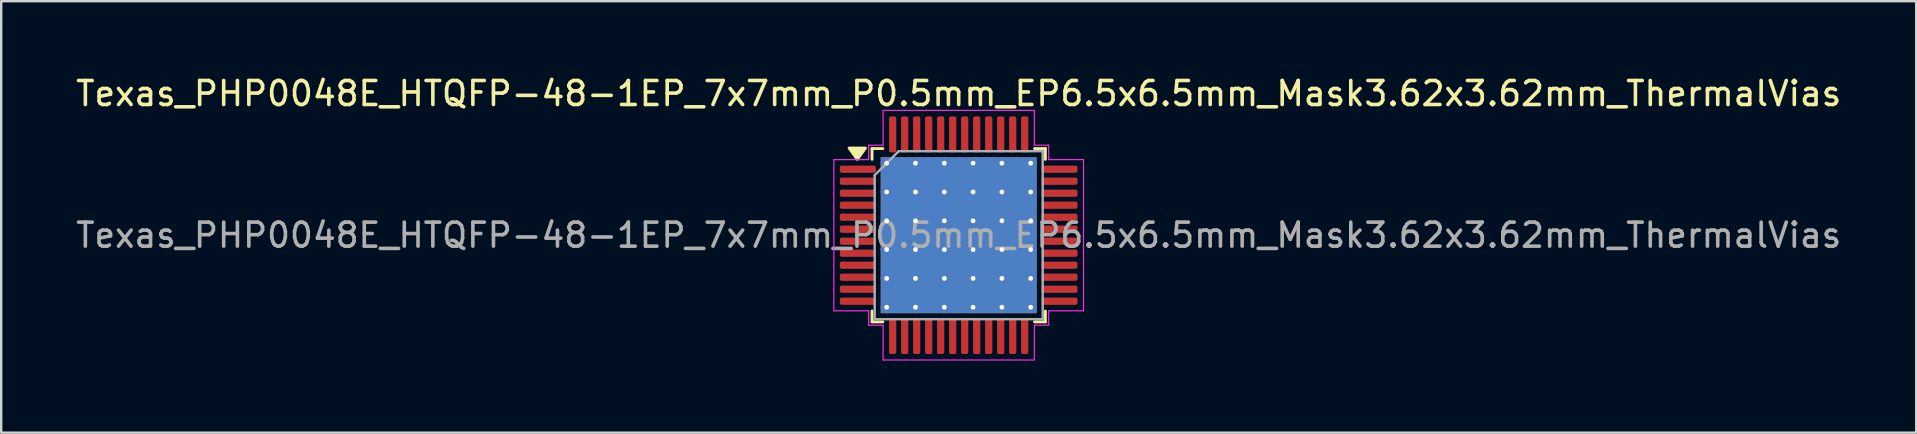
<source format=kicad_pcb>
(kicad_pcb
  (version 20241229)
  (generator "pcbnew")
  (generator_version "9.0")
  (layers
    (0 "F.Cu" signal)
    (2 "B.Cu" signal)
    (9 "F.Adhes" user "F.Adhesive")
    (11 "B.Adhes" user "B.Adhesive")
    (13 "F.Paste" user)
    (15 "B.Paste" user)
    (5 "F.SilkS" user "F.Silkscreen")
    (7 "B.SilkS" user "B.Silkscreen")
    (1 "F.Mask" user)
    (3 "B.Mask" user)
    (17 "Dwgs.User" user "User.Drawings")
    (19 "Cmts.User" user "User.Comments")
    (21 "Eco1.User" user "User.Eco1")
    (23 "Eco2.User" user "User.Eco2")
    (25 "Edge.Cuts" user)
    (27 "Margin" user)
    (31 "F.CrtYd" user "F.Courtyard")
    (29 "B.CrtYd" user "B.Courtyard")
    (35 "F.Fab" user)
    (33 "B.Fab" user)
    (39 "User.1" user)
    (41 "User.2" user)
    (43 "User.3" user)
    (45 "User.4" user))
  (footprint "Texas_PHP0048E_HTQFP-48-1EP_7x7mm_P0.5mm_EP6.5x6.5mm_Mask3.62x3.62mm_ThermalVias"
    (layer "F.Cu")
    (at 36.887 6.748)
    (property "Reference" "Texas_PHP0048E_HTQFP-48-1EP_7x7mm_P0.5mm_EP6.5x6.5mm_Mask3.62x3.62mm_ThermalVias" (at 0 -5.9 0) (layer "F.SilkS") (effects (font (size 1 1) (thickness 0.15))))
    (attr smd)
    (fp_line (start -3.61 -3.61) (end -3.61 -3.16) (stroke (width 0.12) (type solid)) (layer "F.SilkS"))
    (fp_line (start -3.61 3.61) (end -3.61 3.16) (stroke (width 0.12) (type solid)) (layer "F.SilkS"))
    (fp_line (start -3.16 -3.61) (end -3.61 -3.61) (stroke (width 0.12) (type solid)) (layer "F.SilkS"))
    (fp_line (start -3.16 3.61) (end -3.61 3.61) (stroke (width 0.12) (type solid)) (layer "F.SilkS"))
    (fp_line (start 3.16 -3.61) (end 3.61 -3.61) (stroke (width 0.12) (type solid)) (layer "F.SilkS"))
    (fp_line (start 3.16 3.61) (end 3.61 3.61) (stroke (width 0.12) (type solid)) (layer "F.SilkS"))
    (fp_line (start 3.61 -3.61) (end 3.61 -3.16) (stroke (width 0.12) (type solid)) (layer "F.SilkS"))
    (fp_line (start 3.61 3.61) (end 3.61 3.16) (stroke (width 0.12) (type solid)) (layer "F.SilkS"))
    (fp_poly (pts (xy -4.225 -3.16) (xy -4.565 -3.63) (xy -3.885 -3.63)) (stroke (width 0.12) (type solid)) (fill yes) (layer "F.SilkS"))
    (fp_line (start -5.2 -3.15) (end -3.75 -3.15) (stroke (width 0.05) (type solid)) (layer "F.CrtYd"))
    (fp_line (start -5.2 3.15) (end -5.2 -3.15) (stroke (width 0.05) (type solid)) (layer "F.CrtYd"))
    (fp_line (start -3.75 -3.75) (end -3.15 -3.75) (stroke (width 0.05) (type solid)) (layer "F.CrtYd"))
    (fp_line (start -3.75 -3.15) (end -3.75 -3.75) (stroke (width 0.05) (type solid)) (layer "F.CrtYd"))
    (fp_line (start -3.75 3.15) (end -5.2 3.15) (stroke (width 0.05) (type solid)) (layer "F.CrtYd"))
    (fp_line (start -3.75 3.75) (end -3.75 3.15) (stroke (width 0.05) (type solid)) (layer "F.CrtYd"))
    (fp_line (start -3.15 -5.2) (end 3.15 -5.2) (stroke (width 0.05) (type solid)) (layer "F.CrtYd"))
    (fp_line (start -3.15 -3.75) (end -3.15 -5.2) (stroke (width 0.05) (type solid)) (layer "F.CrtYd"))
    (fp_line (start -3.15 3.75) (end -3.75 3.75) (stroke (width 0.05) (type solid)) (layer "F.CrtYd"))
    (fp_line (start -3.15 5.2) (end -3.15 3.75) (stroke (width 0.05) (type solid)) (layer "F.CrtYd"))
    (fp_line (start 3.15 -5.2) (end 3.15 -3.75) (stroke (width 0.05) (type solid)) (layer "F.CrtYd"))
    (fp_line (start 3.15 -3.75) (end 3.75 -3.75) (stroke (width 0.05) (type solid)) (layer "F.CrtYd"))
    (fp_line (start 3.15 3.75) (end 3.15 5.2) (stroke (width 0.05) (type solid)) (layer "F.CrtYd"))
    (fp_line (start 3.15 5.2) (end -3.15 5.2) (stroke (width 0.05) (type solid)) (layer "F.CrtYd"))
    (fp_line (start 3.75 -3.75) (end 3.75 -3.15) (stroke (width 0.05) (type solid)) (layer "F.CrtYd"))
    (fp_line (start 3.75 -3.15) (end 5.2 -3.15) (stroke (width 0.05) (type solid)) (layer "F.CrtYd"))
    (fp_line (start 3.75 3.15) (end 3.75 3.75) (stroke (width 0.05) (type solid)) (layer "F.CrtYd"))
    (fp_line (start 3.75 3.75) (end 3.15 3.75) (stroke (width 0.05) (type solid)) (layer "F.CrtYd"))
    (fp_line (start 5.2 -3.15) (end 5.2 3.15) (stroke (width 0.05) (type solid)) (layer "F.CrtYd"))
    (fp_line (start 5.2 3.15) (end 3.75 3.15) (stroke (width 0.05) (type solid)) (layer "F.CrtYd"))
    (fp_line (start -3.5 -2.5) (end -2.5 -3.5) (stroke (width 0.1) (type solid)) (layer "F.Fab"))
    (fp_line (start -3.5 3.5) (end -3.5 -2.5) (stroke (width 0.1) (type solid)) (layer "F.Fab"))
    (fp_line (start -2.5 -3.5) (end 3.5 -3.5) (stroke (width 0.1) (type solid)) (layer "F.Fab"))
    (fp_line (start 3.5 -3.5) (end 3.5 3.5) (stroke (width 0.1) (type solid)) (layer "F.Fab"))
    (fp_line (start 3.5 3.5) (end -3.5 3.5) (stroke (width 0.1) (type solid)) (layer "F.Fab"))
    (fp_text user "${REFERENCE}" (at 0 0 0) (layer "F.Fab") (effects (font (size 1 1) (thickness 0.15))))
    (pad "" smd rect (at 0 0) (size 3.62 3.62) (layers "F.Mask"))
    (pad "" smd roundrect (at 0 0) (size 3.62 3.62) (layers "F.Paste") (roundrect_rratio 0.069))
    (pad "1" smd roundrect (at -4.2 -2.75) (size 1.5 0.3) (layers "F.Cu" "F.Mask" "F.Paste") (roundrect_rratio 0.25))
    (pad "2" smd roundrect (at -4.2 -2.25) (size 1.5 0.3) (layers "F.Cu" "F.Mask" "F.Paste") (roundrect_rratio 0.25))
    (pad "3" smd roundrect (at -4.2 -1.75) (size 1.5 0.3) (layers "F.Cu" "F.Mask" "F.Paste") (roundrect_rratio 0.25))
    (pad "4" smd roundrect (at -4.2 -1.25) (size 1.5 0.3) (layers "F.Cu" "F.Mask" "F.Paste") (roundrect_rratio 0.25))
    (pad "5" smd roundrect (at -4.2 -0.75) (size 1.5 0.3) (layers "F.Cu" "F.Mask" "F.Paste") (roundrect_rratio 0.25))
    (pad "6" smd roundrect (at -4.2 -0.25) (size 1.5 0.3) (layers "F.Cu" "F.Mask" "F.Paste") (roundrect_rratio 0.25))
    (pad "7" smd roundrect (at -4.2 0.25) (size 1.5 0.3) (layers "F.Cu" "F.Mask" "F.Paste") (roundrect_rratio 0.25))
    (pad "8" smd roundrect (at -4.2 0.75) (size 1.5 0.3) (layers "F.Cu" "F.Mask" "F.Paste") (roundrect_rratio 0.25))
    (pad "9" smd roundrect (at -4.2 1.25) (size 1.5 0.3) (layers "F.Cu" "F.Mask" "F.Paste") (roundrect_rratio 0.25))
    (pad "10" smd roundrect (at -4.2 1.75) (size 1.5 0.3) (layers "F.Cu" "F.Mask" "F.Paste") (roundrect_rratio 0.25))
    (pad "11" smd roundrect (at -4.2 2.25) (size 1.5 0.3) (layers "F.Cu" "F.Mask" "F.Paste") (roundrect_rratio 0.25))
    (pad "12" smd roundrect (at -4.2 2.75) (size 1.5 0.3) (layers "F.Cu" "F.Mask" "F.Paste") (roundrect_rratio 0.25))
    (pad "13" smd roundrect (at -2.75 4.2) (size 0.3 1.5) (layers "F.Cu" "F.Mask" "F.Paste") (roundrect_rratio 0.25))
    (pad "14" smd roundrect (at -2.25 4.2) (size 0.3 1.5) (layers "F.Cu" "F.Mask" "F.Paste") (roundrect_rratio 0.25))
    (pad "15" smd roundrect (at -1.75 4.2) (size 0.3 1.5) (layers "F.Cu" "F.Mask" "F.Paste") (roundrect_rratio 0.25))
    (pad "16" smd roundrect (at -1.25 4.2) (size 0.3 1.5) (layers "F.Cu" "F.Mask" "F.Paste") (roundrect_rratio 0.25))
    (pad "17" smd roundrect (at -0.75 4.2) (size 0.3 1.5) (layers "F.Cu" "F.Mask" "F.Paste") (roundrect_rratio 0.25))
    (pad "18" smd roundrect (at -0.25 4.2) (size 0.3 1.5) (layers "F.Cu" "F.Mask" "F.Paste") (roundrect_rratio 0.25))
    (pad "19" smd roundrect (at 0.25 4.2) (size 0.3 1.5) (layers "F.Cu" "F.Mask" "F.Paste") (roundrect_rratio 0.25))
    (pad "20" smd roundrect (at 0.75 4.2) (size 0.3 1.5) (layers "F.Cu" "F.Mask" "F.Paste") (roundrect_rratio 0.25))
    (pad "21" smd roundrect (at 1.25 4.2) (size 0.3 1.5) (layers "F.Cu" "F.Mask" "F.Paste") (roundrect_rratio 0.25))
    (pad "22" smd roundrect (at 1.75 4.2) (size 0.3 1.5) (layers "F.Cu" "F.Mask" "F.Paste") (roundrect_rratio 0.25))
    (pad "23" smd roundrect (at 2.25 4.2) (size 0.3 1.5) (layers "F.Cu" "F.Mask" "F.Paste") (roundrect_rratio 0.25))
    (pad "24" smd roundrect (at 2.75 4.2) (size 0.3 1.5) (layers "F.Cu" "F.Mask" "F.Paste") (roundrect_rratio 0.25))
    (pad "25" smd roundrect (at 4.2 2.75) (size 1.5 0.3) (layers "F.Cu" "F.Mask" "F.Paste") (roundrect_rratio 0.25))
    (pad "26" smd roundrect (at 4.2 2.25) (size 1.5 0.3) (layers "F.Cu" "F.Mask" "F.Paste") (roundrect_rratio 0.25))
    (pad "27" smd roundrect (at 4.2 1.75) (size 1.5 0.3) (layers "F.Cu" "F.Mask" "F.Paste") (roundrect_rratio 0.25))
    (pad "28" smd roundrect (at 4.2 1.25) (size 1.5 0.3) (layers "F.Cu" "F.Mask" "F.Paste") (roundrect_rratio 0.25))
    (pad "29" smd roundrect (at 4.2 0.75) (size 1.5 0.3) (layers "F.Cu" "F.Mask" "F.Paste") (roundrect_rratio 0.25))
    (pad "30" smd roundrect (at 4.2 0.25) (size 1.5 0.3) (layers "F.Cu" "F.Mask" "F.Paste") (roundrect_rratio 0.25))
    (pad "31" smd roundrect (at 4.2 -0.25) (size 1.5 0.3) (layers "F.Cu" "F.Mask" "F.Paste") (roundrect_rratio 0.25))
    (pad "32" smd roundrect (at 4.2 -0.75) (size 1.5 0.3) (layers "F.Cu" "F.Mask" "F.Paste") (roundrect_rratio 0.25))
    (pad "33" smd roundrect (at 4.2 -1.25) (size 1.5 0.3) (layers "F.Cu" "F.Mask" "F.Paste") (roundrect_rratio 0.25))
    (pad "34" smd roundrect (at 4.2 -1.75) (size 1.5 0.3) (layers "F.Cu" "F.Mask" "F.Paste") (roundrect_rratio 0.25))
    (pad "35" smd roundrect (at 4.2 -2.25) (size 1.5 0.3) (layers "F.Cu" "F.Mask" "F.Paste") (roundrect_rratio 0.25))
    (pad "36" smd roundrect (at 4.2 -2.75) (size 1.5 0.3) (layers "F.Cu" "F.Mask" "F.Paste") (roundrect_rratio 0.25))
    (pad "37" smd roundrect (at 2.75 -4.2) (size 0.3 1.5) (layers "F.Cu" "F.Mask" "F.Paste") (roundrect_rratio 0.25))
    (pad "38" smd roundrect (at 2.25 -4.2) (size 0.3 1.5) (layers "F.Cu" "F.Mask" "F.Paste") (roundrect_rratio 0.25))
    (pad "39" smd roundrect (at 1.75 -4.2) (size 0.3 1.5) (layers "F.Cu" "F.Mask" "F.Paste") (roundrect_rratio 0.25))
    (pad "40" smd roundrect (at 1.25 -4.2) (size 0.3 1.5) (layers "F.Cu" "F.Mask" "F.Paste") (roundrect_rratio 0.25))
    (pad "41" smd roundrect (at 0.75 -4.2) (size 0.3 1.5) (layers "F.Cu" "F.Mask" "F.Paste") (roundrect_rratio 0.25))
    (pad "42" smd roundrect (at 0.25 -4.2) (size 0.3 1.5) (layers "F.Cu" "F.Mask" "F.Paste") (roundrect_rratio 0.25))
    (pad "43" smd roundrect (at -0.25 -4.2) (size 0.3 1.5) (layers "F.Cu" "F.Mask" "F.Paste") (roundrect_rratio 0.25))
    (pad "44" smd roundrect (at -0.75 -4.2) (size 0.3 1.5) (layers "F.Cu" "F.Mask" "F.Paste") (roundrect_rratio 0.25))
    (pad "45" smd roundrect (at -1.25 -4.2) (size 0.3 1.5) (layers "F.Cu" "F.Mask" "F.Paste") (roundrect_rratio 0.25))
    (pad "46" smd roundrect (at -1.75 -4.2) (size 0.3 1.5) (layers "F.Cu" "F.Mask" "F.Paste") (roundrect_rratio 0.25))
    (pad "47" smd roundrect (at -2.25 -4.2) (size 0.3 1.5) (layers "F.Cu" "F.Mask" "F.Paste") (roundrect_rratio 0.25))
    (pad "48" smd roundrect (at -2.75 -4.2) (size 0.3 1.5) (layers "F.Cu" "F.Mask" "F.Paste") (roundrect_rratio 0.25))
    (pad "49" thru_hole circle (at -3 -3) (size 0.5 0.5) (drill 0.2) (property pad_prop_heatsink) (layers "*.Cu"))
    (pad "49" thru_hole circle (at -3 -1.8) (size 0.5 0.5) (drill 0.2) (property pad_prop_heatsink) (layers "*.Cu"))
    (pad "49" thru_hole circle (at -3 -0.6) (size 0.5 0.5) (drill 0.2) (property pad_prop_heatsink) (layers "*.Cu"))
    (pad "49" thru_hole circle (at -3 0.6) (size 0.5 0.5) (drill 0.2) (property pad_prop_heatsink) (layers "*.Cu"))
    (pad "49" thru_hole circle (at -3 1.8) (size 0.5 0.5) (drill 0.2) (property pad_prop_heatsink) (layers "*.Cu"))
    (pad "49" thru_hole circle (at -3 3) (size 0.5 0.5) (drill 0.2) (property pad_prop_heatsink) (layers "*.Cu"))
    (pad "49" thru_hole circle (at -1.8 -3) (size 0.5 0.5) (drill 0.2) (property pad_prop_heatsink) (layers "*.Cu"))
    (pad "49" thru_hole circle (at -1.8 -1.8) (size 0.5 0.5) (drill 0.2) (property pad_prop_heatsink) (layers "*.Cu"))
    (pad "49" thru_hole circle (at -1.8 -0.6) (size 0.5 0.5) (drill 0.2) (property pad_prop_heatsink) (layers "*.Cu"))
    (pad "49" thru_hole circle (at -1.8 0.6) (size 0.5 0.5) (drill 0.2) (property pad_prop_heatsink) (layers "*.Cu"))
    (pad "49" thru_hole circle (at -1.8 1.8) (size 0.5 0.5) (drill 0.2) (property pad_prop_heatsink) (layers "*.Cu"))
    (pad "49" thru_hole circle (at -1.8 3) (size 0.5 0.5) (drill 0.2) (property pad_prop_heatsink) (layers "*.Cu"))
    (pad "49" thru_hole circle (at -0.6 -3) (size 0.5 0.5) (drill 0.2) (property pad_prop_heatsink) (layers "*.Cu"))
    (pad "49" thru_hole circle (at -0.6 -1.8) (size 0.5 0.5) (drill 0.2) (property pad_prop_heatsink) (layers "*.Cu"))
    (pad "49" thru_hole circle (at -0.6 -0.6) (size 0.5 0.5) (drill 0.2) (property pad_prop_heatsink) (layers "*.Cu"))
    (pad "49" thru_hole circle (at -0.6 0.6) (size 0.5 0.5) (drill 0.2) (property pad_prop_heatsink) (layers "*.Cu"))
    (pad "49" thru_hole circle (at -0.6 1.8) (size 0.5 0.5) (drill 0.2) (property pad_prop_heatsink) (layers "*.Cu"))
    (pad "49" thru_hole circle (at -0.6 3) (size 0.5 0.5) (drill 0.2) (property pad_prop_heatsink) (layers "*.Cu"))
    (pad "49" smd rect (at 0 0) (size 6.5 6.5) (property pad_prop_heatsink) (layers "F.Cu"))
    (pad "49" smd rect (at 0 0) (size 6.5 6.5) (property pad_prop_heatsink) (layers "B.Cu"))
    (pad "49" thru_hole circle (at 0.6 -3) (size 0.5 0.5) (drill 0.2) (property pad_prop_heatsink) (layers "*.Cu"))
    (pad "49" thru_hole circle (at 0.6 -1.8) (size 0.5 0.5) (drill 0.2) (property pad_prop_heatsink) (layers "*.Cu"))
    (pad "49" thru_hole circle (at 0.6 -0.6) (size 0.5 0.5) (drill 0.2) (property pad_prop_heatsink) (layers "*.Cu"))
    (pad "49" thru_hole circle (at 0.6 0.6) (size 0.5 0.5) (drill 0.2) (property pad_prop_heatsink) (layers "*.Cu"))
    (pad "49" thru_hole circle (at 0.6 1.8) (size 0.5 0.5) (drill 0.2) (property pad_prop_heatsink) (layers "*.Cu"))
    (pad "49" thru_hole circle (at 0.6 3) (size 0.5 0.5) (drill 0.2) (property pad_prop_heatsink) (layers "*.Cu"))
    (pad "49" thru_hole circle (at 1.8 -3) (size 0.5 0.5) (drill 0.2) (property pad_prop_heatsink) (layers "*.Cu"))
    (pad "49" thru_hole circle (at 1.8 -1.8) (size 0.5 0.5) (drill 0.2) (property pad_prop_heatsink) (layers "*.Cu"))
    (pad "49" thru_hole circle (at 1.8 -0.6) (size 0.5 0.5) (drill 0.2) (property pad_prop_heatsink) (layers "*.Cu"))
    (pad "49" thru_hole circle (at 1.8 0.6) (size 0.5 0.5) (drill 0.2) (property pad_prop_heatsink) (layers "*.Cu"))
    (pad "49" thru_hole circle (at 1.8 1.8) (size 0.5 0.5) (drill 0.2) (property pad_prop_heatsink) (layers "*.Cu"))
    (pad "49" thru_hole circle (at 1.8 3) (size 0.5 0.5) (drill 0.2) (property pad_prop_heatsink) (layers "*.Cu"))
    (pad "49" thru_hole circle (at 3 -3) (size 0.5 0.5) (drill 0.2) (property pad_prop_heatsink) (layers "*.Cu"))
    (pad "49" thru_hole circle (at 3 -1.8) (size 0.5 0.5) (drill 0.2) (property pad_prop_heatsink) (layers "*.Cu"))
    (pad "49" thru_hole circle (at 3 -0.6) (size 0.5 0.5) (drill 0.2) (property pad_prop_heatsink) (layers "*.Cu"))
    (pad "49" thru_hole circle (at 3 0.6) (size 0.5 0.5) (drill 0.2) (property pad_prop_heatsink) (layers "*.Cu"))
    (pad "49" thru_hole circle (at 3 1.8) (size 0.5 0.5) (drill 0.2) (property pad_prop_heatsink) (layers "*.Cu"))
    (pad "49" thru_hole circle (at 3 3) (size 0.5 0.5) (drill 0.2) (property pad_prop_heatsink) (layers "*.Cu")))
  (gr_rect
    (start -3 -3)
    (end 76.774 14.973)
    (stroke (width 0.1) (type default))
    (fill no)
    (layer "Edge.Cuts")))
</source>
